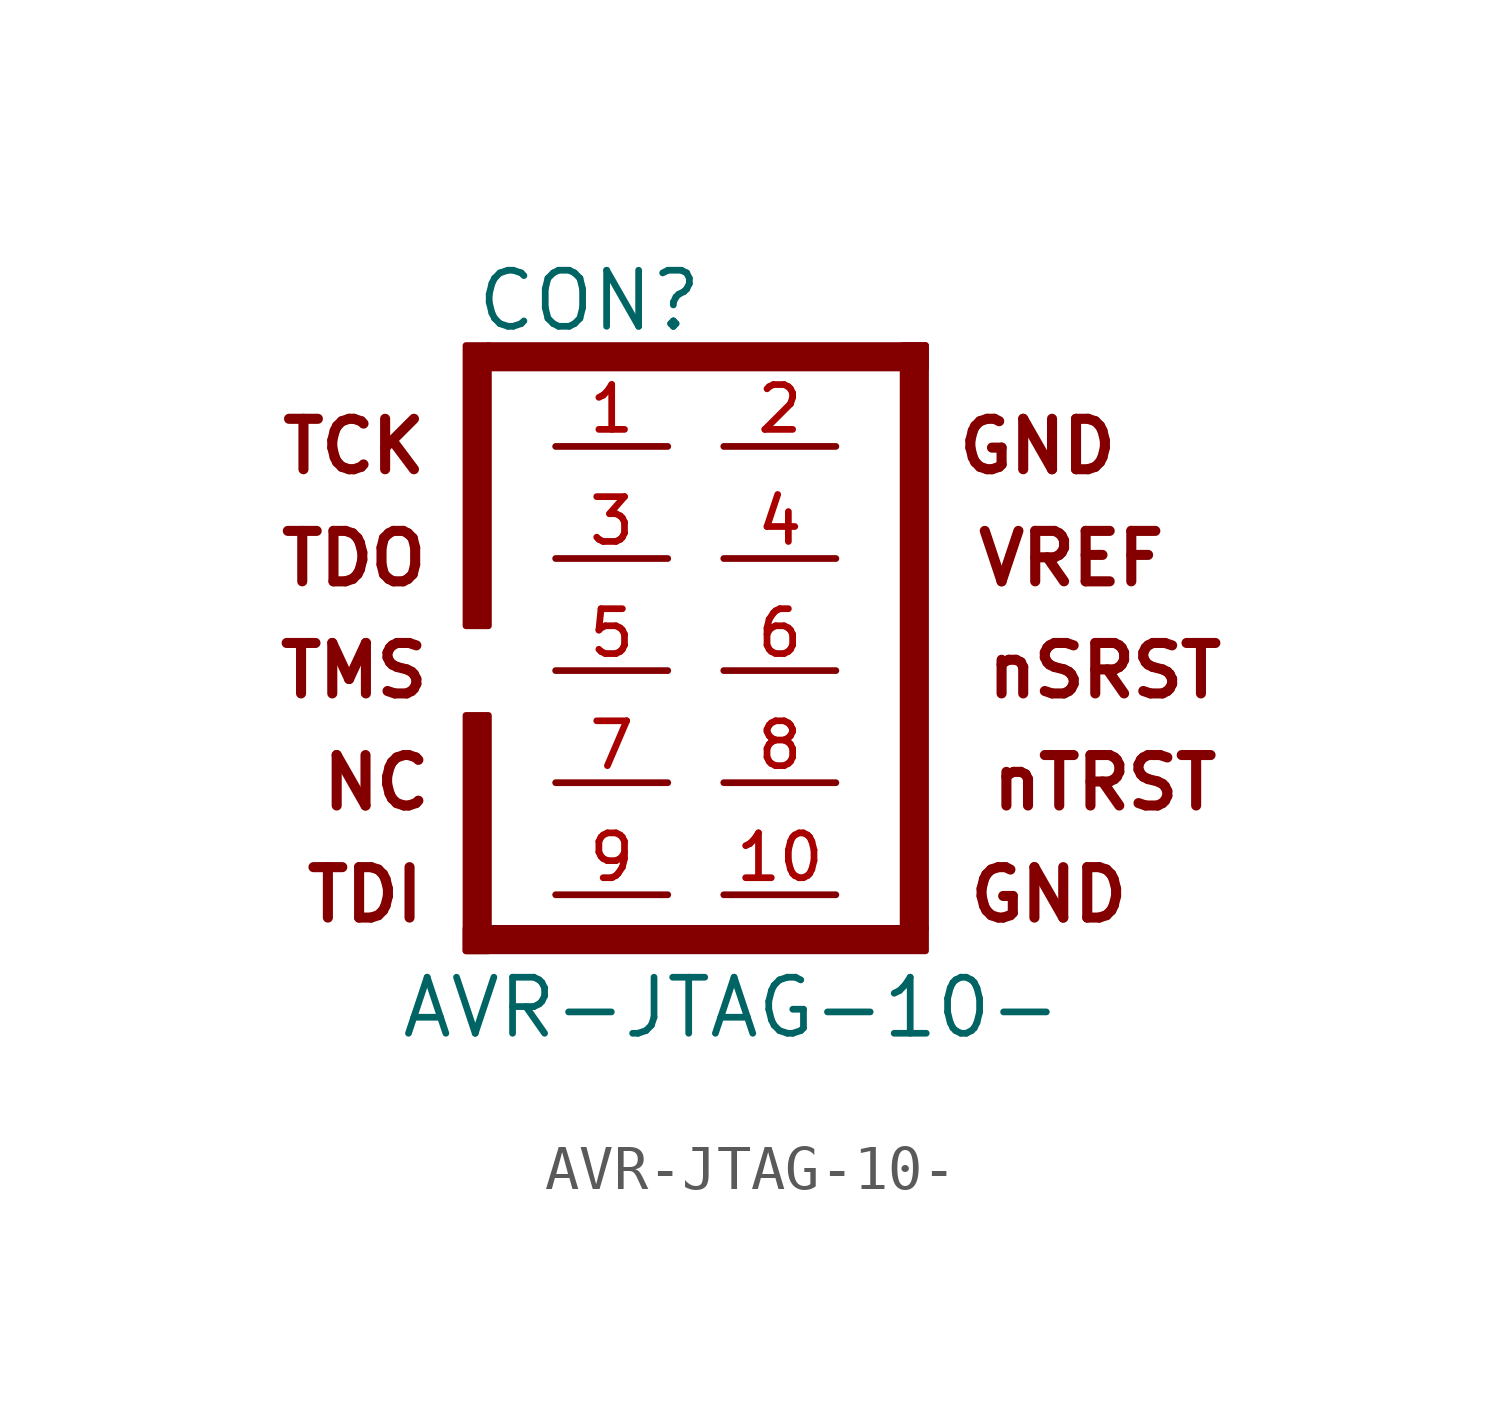
<source format=kicad_sym>
(kicad_symbol_lib
  (version 20231120)
  (generator "kicad_symbol_editor")
  (generator_version "8.0")
  (symbol "AVR-JTAG-10-"
    (pin_names
      (offset 1.016))
    (property "Reference" "CON"
      (at -4.318 8.382 0)
      (effects (font (size 1.27 1.27))))
    (property "Value" "AVR-JTAG-10-"
      (at -8.636 -8.382 0)
      (effects (font (size 1.27 1.27)) (justify left bottom)))
    (symbol "AVR-JTAG-10-_0_0"
      (text "GND" (at 5.842 5.08 0) (effects (font (size 1.143 1.143) (bold yes))))
      (text "NC" (at -9.144 -2.54 0) (effects (font (size 1.143 1.143) (bold yes)))))
    (symbol "AVR-JTAG-10-_0_1"
      (rectangle (start -7.112 -5.842) (end 3.302 -6.35) (stroke (width 0) (type solid)) (fill (type outline)))
      (rectangle (start -7.112 -1.016) (end -6.604 -6.35) (stroke (width 0) (type solid)) (fill (type outline)))
      (rectangle (start -6.604 7.366) (end -7.112 1.016) (stroke (width 0) (type solid)) (fill (type outline)))
      (rectangle (start -6.604 7.366) (end 3.302 6.858) (stroke (width 0) (type solid)) (fill (type outline)))
      (rectangle (start 2.794 7.366) (end 3.302 -5.842) (stroke (width 0) (type solid)) (fill (type outline))))
    (symbol "AVR-JTAG-10-_1_0"
      (text "GND" (at 6.096 -5.08 0) (effects (font (size 1.143 1.143) (bold yes))))
      (text "nSRST" (at 7.366 0 0) (effects (font (size 1.143 1.143) (bold yes))))
      (text "nTRST" (at 7.366 -2.54 0) (effects (font (size 1.143 1.143) (bold yes))))
      (text "TCK" (at -9.652 5.08 0) (effects (font (size 1.143 1.143) (bold yes))))
      (text "TDI" (at -9.398 -5.08 0) (effects (font (size 1.143 1.143) (bold yes))))
      (text "TDO" (at -9.652 2.54 0) (effects (font (size 1.143 1.143) (bold yes))))
      (text "TMS" (at -9.652 0 0) (effects (font (size 1.143 1.143) (bold yes))))
      (text "VREF" (at 6.604 2.54 0) (effects (font (size 1.143 1.143) (bold yes)))))
    (symbol "AVR-JTAG-10-_1_1"
      (pin passive line (at -5.08 5.08 0) (length 2.54) (name "~" (effects (font (size 1.016 1.016)))) (number "1" (effects (font (size 1.016 1.016)))))
      (pin passive line (at 1.27 -5.08 180) (length 2.54) (name "~" (effects (font (size 1.016 1.016)))) (number "10" (effects (font (size 1.016 1.016)))))
      (pin passive line (at 1.27 5.08 180) (length 2.54) (name "~" (effects (font (size 1.016 1.016)))) (number "2" (effects (font (size 1.016 1.016)))))
      (pin passive line (at -5.08 2.54 0) (length 2.54) (name "~" (effects (font (size 1.016 1.016)))) (number "3" (effects (font (size 1.016 1.016)))))
      (pin passive line (at 1.27 2.54 180) (length 2.54) (name "~" (effects (font (size 1.016 1.016)))) (number "4" (effects (font (size 1.016 1.016)))))
      (pin passive line (at -5.08 0 0) (length 2.54) (name "~" (effects (font (size 1.016 1.016)))) (number "5" (effects (font (size 1.016 1.016)))))
      (pin passive line (at 1.27 0 180) (length 2.54) (name "~" (effects (font (size 1.016 1.016)))) (number "6" (effects (font (size 1.016 1.016)))))
      (pin passive line (at -5.08 -2.54 0) (length 2.54) (name "~" (effects (font (size 1.016 1.016)))) (number "7" (effects (font (size 1.016 1.016)))))
      (pin passive line (at 1.27 -2.54 180) (length 2.54) (name "~" (effects (font (size 1.016 1.016)))) (number "8" (effects (font (size 1.016 1.016)))))
      (pin passive line (at -5.08 -5.08 0) (length 2.54) (name "~" (effects (font (size 1.016 1.016)))) (number "9" (effects (font (size 1.016 1.016))))))))
</source>
